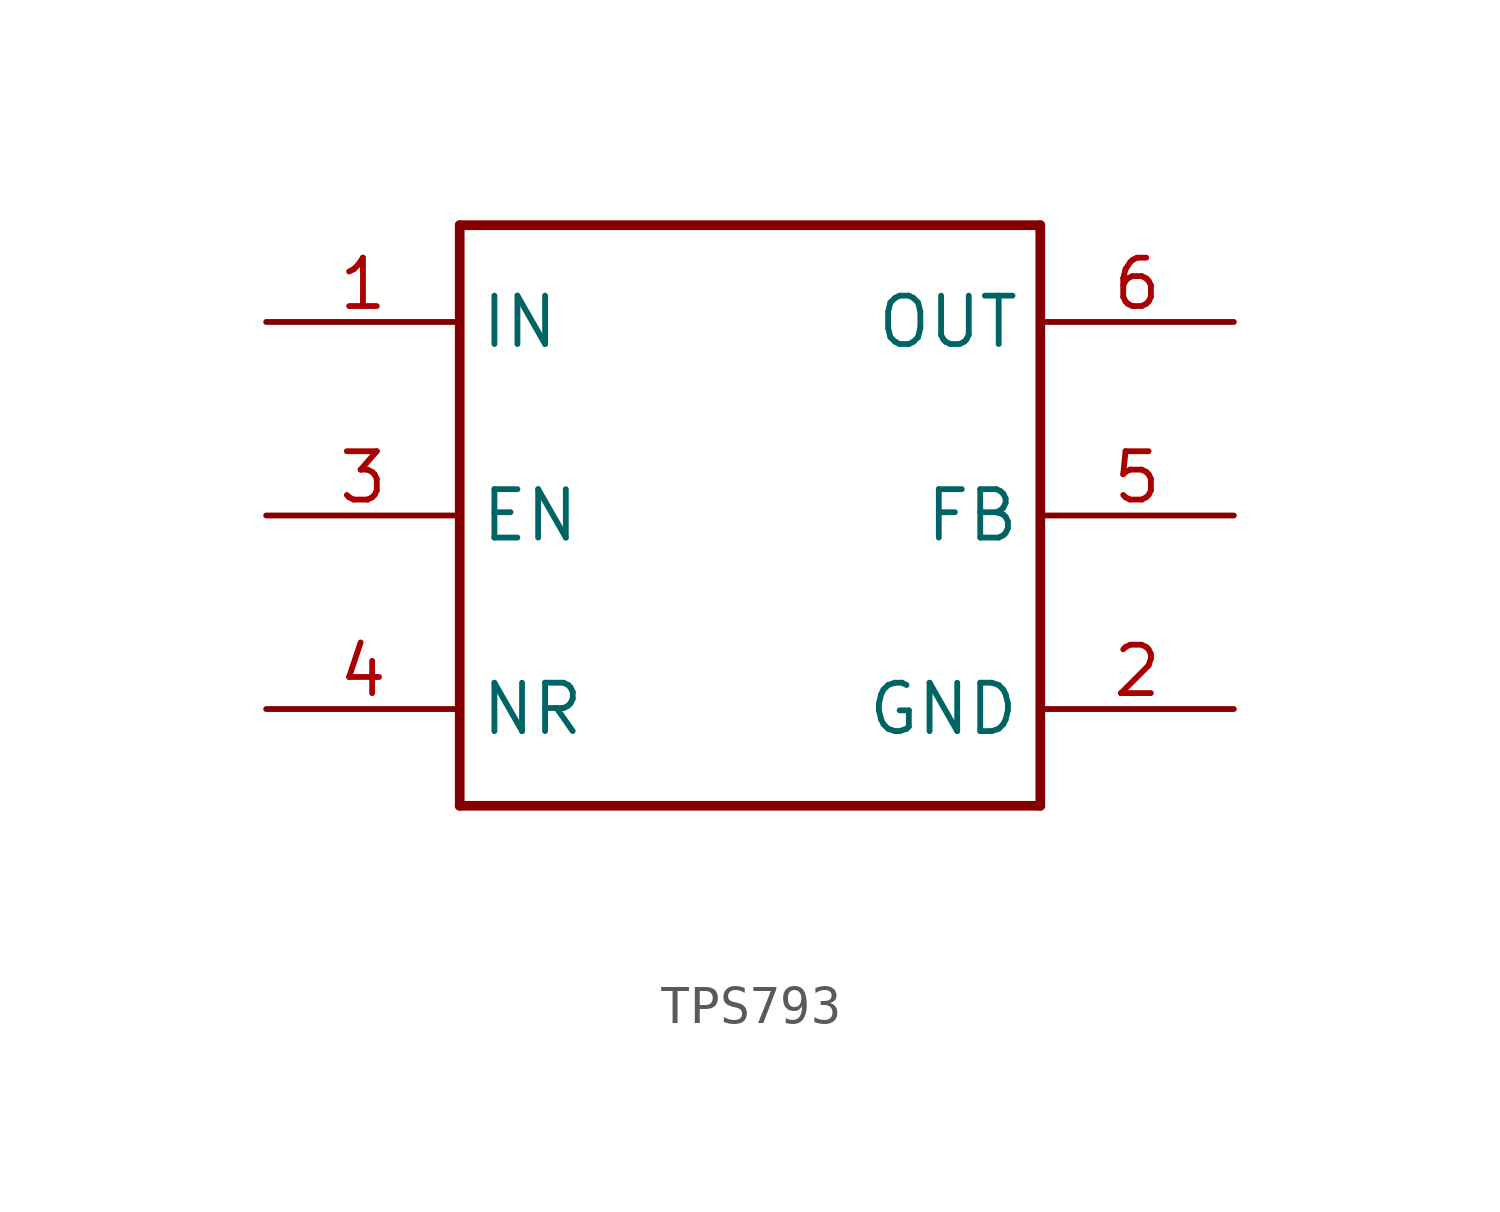
<source format=kicad_sym>
(kicad_symbol_lib
  (version 20220914)
  (generator kicad_symbol_editor)
  (symbol "TPS793"
    (property "Reference" ""
      (at -7.62 -10.16 0)
      (effects (font (size 1.27 1.079)) (justify left bottom) hide))
    (property "Value" ""
      (at 2.54 -10.16 0)
      (effects (font (size 1.27 1.079)) (justify left bottom)))
    (property "ki_locked" ""
      (at 0 0 0)
      (effects (font (size 1.27 1.27))))
    (symbol "TPS793_1_0"
      (polyline (pts (xy -7.62 -7.62) (xy 7.62 -7.62)) (stroke (width 0.254) (type solid)) (fill (type none)))
      (polyline (pts (xy -7.62 7.62) (xy -7.62 -7.62)) (stroke (width 0.254) (type solid)) (fill (type none)))
      (polyline (pts (xy 7.62 -7.62) (xy 7.62 7.62)) (stroke (width 0.254) (type solid)) (fill (type none)))
      (polyline (pts (xy 7.62 7.62) (xy -7.62 7.62)) (stroke (width 0.254) (type solid)) (fill (type none)))
      (pin bidirectional line (at -12.7 5.08 0) (length 5.08) (name "IN" (effects (font (size 1.27 1.27)))) (number "1" (effects (font (size 1.27 1.27)))))
      (pin bidirectional line (at 12.7 -5.08 180) (length 5.08) (name "GND" (effects (font (size 1.27 1.27)))) (number "2" (effects (font (size 1.27 1.27)))))
      (pin bidirectional line (at -12.7 0 0) (length 5.08) (name "EN" (effects (font (size 1.27 1.27)))) (number "3" (effects (font (size 1.27 1.27)))))
      (pin bidirectional line (at -12.7 -5.08 0) (length 5.08) (name "NR" (effects (font (size 1.27 1.27)))) (number "4" (effects (font (size 1.27 1.27)))))
      (pin bidirectional line (at 12.7 0 180) (length 5.08) (name "FB" (effects (font (size 1.27 1.27)))) (number "5" (effects (font (size 1.27 1.27)))))
      (pin bidirectional line (at 12.7 5.08 180) (length 5.08) (name "OUT" (effects (font (size 1.27 1.27)))) (number "6" (effects (font (size 1.27 1.27))))))))
</source>
